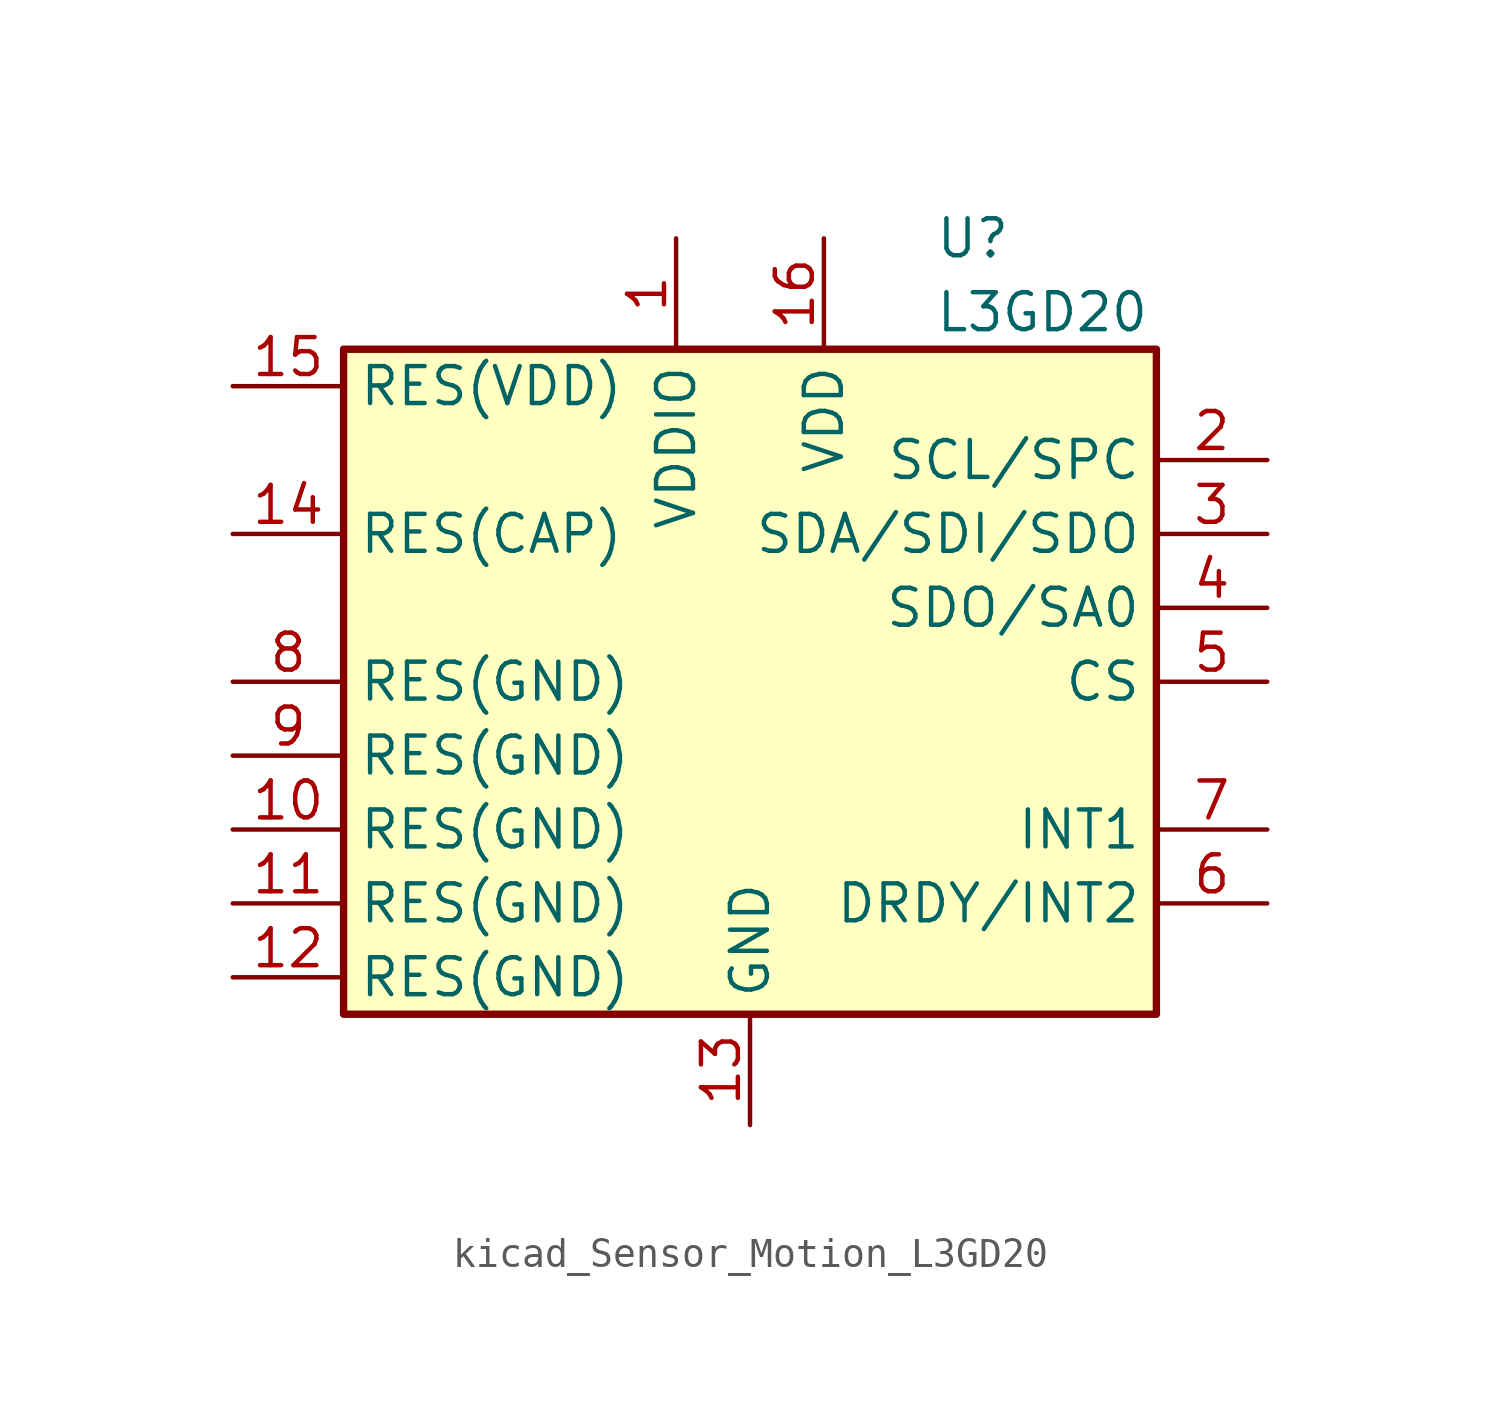
<source format=kicad_sym>
(kicad_symbol_lib
  (version 20220914)
  (generator kicad_symbol_editor)
  (symbol "kicad_Sensor_Motion_L3GD20"
    (property "Reference" "U"
      (at 6.35 15.24 0)
      (effects (font (size 1.27 1.27)) (justify left)))
    (property "Value" "L3GD20"
      (at 6.35 12.7 0)
      (effects (font (size 1.27 1.27)) (justify left)))
    (symbol "kicad_Sensor_Motion_L3GD20_0_1"
      (rectangle (start -13.97 11.43) (end 13.97 -11.43) (stroke (width 0.254) (type default)) (fill (type background))))
    (symbol "kicad_Sensor_Motion_L3GD20_1_1"
      (pin power_in line (at -2.54 15.24 270) (length 3.81) (name "VDDIO" (effects (font (size 1.27 1.27)))) (number "1" (effects (font (size 1.27 1.27)))))
      (pin passive line (at -17.78 -5.08 0) (length 3.81) (name "RES(GND)" (effects (font (size 1.27 1.27)))) (number "10" (effects (font (size 1.27 1.27)))))
      (pin passive line (at -17.78 -7.62 0) (length 3.81) (name "RES(GND)" (effects (font (size 1.27 1.27)))) (number "11" (effects (font (size 1.27 1.27)))))
      (pin passive line (at -17.78 -10.16 0) (length 3.81) (name "RES(GND)" (effects (font (size 1.27 1.27)))) (number "12" (effects (font (size 1.27 1.27)))))
      (pin power_in line (at 0 -15.24 90) (length 3.81) (name "GND" (effects (font (size 1.27 1.27)))) (number "13" (effects (font (size 1.27 1.27)))))
      (pin passive line (at -17.78 5.08 0) (length 3.81) (name "RES(CAP)" (effects (font (size 1.27 1.27)))) (number "14" (effects (font (size 1.27 1.27)))))
      (pin passive line (at -17.78 10.16 0) (length 3.81) (name "RES(VDD)" (effects (font (size 1.27 1.27)))) (number "15" (effects (font (size 1.27 1.27)))))
      (pin power_in line (at 2.54 15.24 270) (length 3.81) (name "VDD" (effects (font (size 1.27 1.27)))) (number "16" (effects (font (size 1.27 1.27)))))
      (pin input line (at 17.78 7.62 180) (length 3.81) (name "SCL/SPC" (effects (font (size 1.27 1.27)))) (number "2" (effects (font (size 1.27 1.27)))))
      (pin bidirectional line (at 17.78 5.08 180) (length 3.81) (name "SDA/SDI/SDO" (effects (font (size 1.27 1.27)))) (number "3" (effects (font (size 1.27 1.27)))))
      (pin output line (at 17.78 2.54 180) (length 3.81) (name "SDO/SA0" (effects (font (size 1.27 1.27)))) (number "4" (effects (font (size 1.27 1.27)))))
      (pin input line (at 17.78 0 180) (length 3.81) (name "CS" (effects (font (size 1.27 1.27)))) (number "5" (effects (font (size 1.27 1.27)))))
      (pin output line (at 17.78 -7.62 180) (length 3.81) (name "DRDY/INT2" (effects (font (size 1.27 1.27)))) (number "6" (effects (font (size 1.27 1.27)))))
      (pin output line (at 17.78 -5.08 180) (length 3.81) (name "INT1" (effects (font (size 1.27 1.27)))) (number "7" (effects (font (size 1.27 1.27)))))
      (pin passive line (at -17.78 0 0) (length 3.81) (name "RES(GND)" (effects (font (size 1.27 1.27)))) (number "8" (effects (font (size 1.27 1.27)))))
      (pin passive line (at -17.78 -2.54 0) (length 3.81) (name "RES(GND)" (effects (font (size 1.27 1.27)))) (number "9" (effects (font (size 1.27 1.27))))))))
</source>
